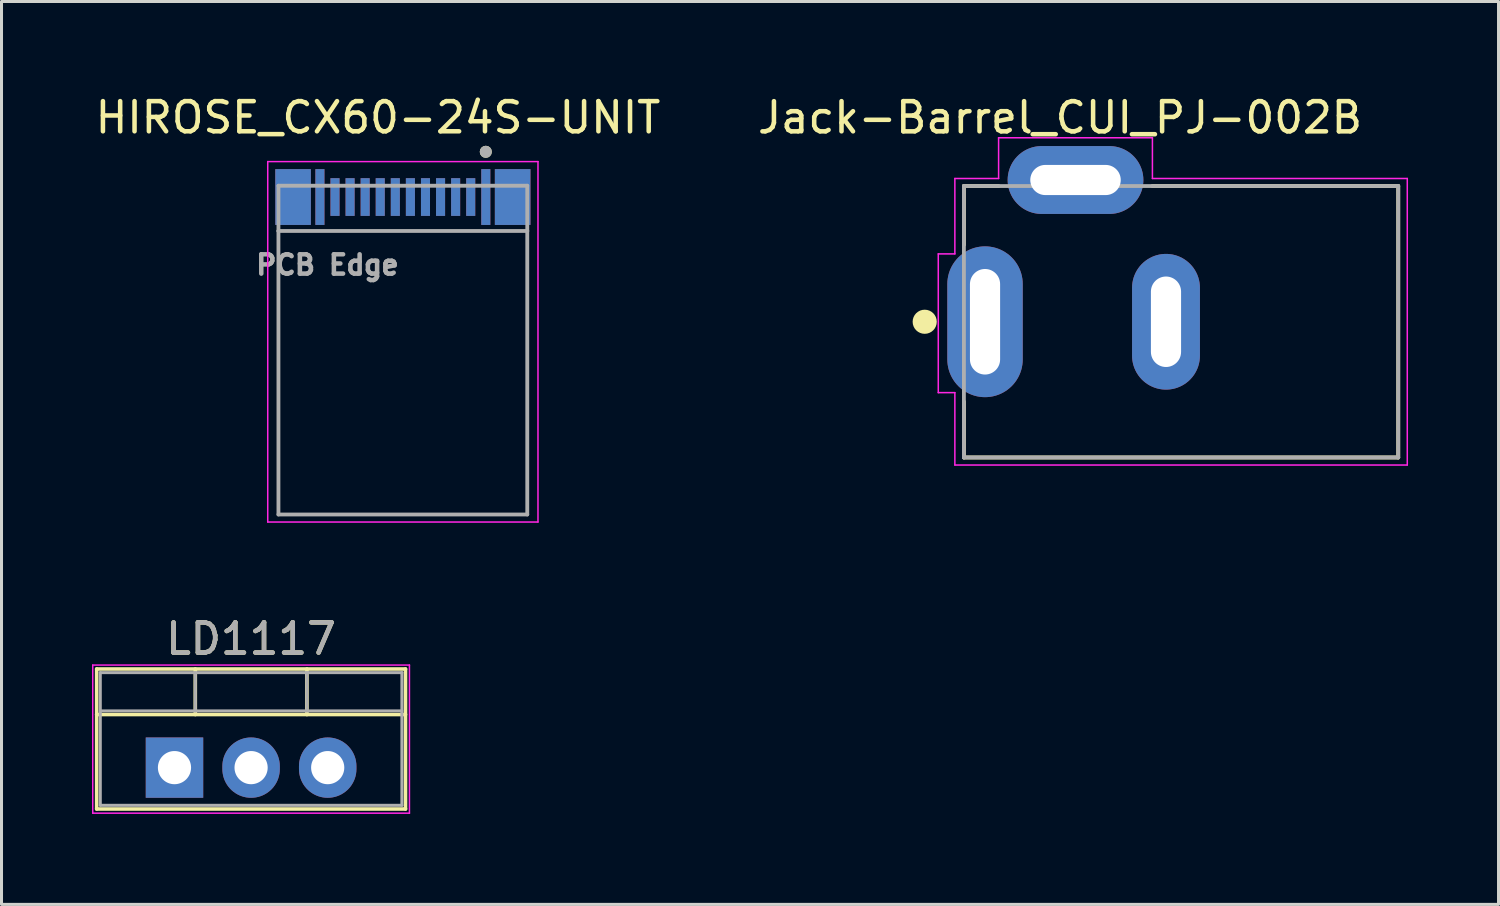
<source format=kicad_pcb>
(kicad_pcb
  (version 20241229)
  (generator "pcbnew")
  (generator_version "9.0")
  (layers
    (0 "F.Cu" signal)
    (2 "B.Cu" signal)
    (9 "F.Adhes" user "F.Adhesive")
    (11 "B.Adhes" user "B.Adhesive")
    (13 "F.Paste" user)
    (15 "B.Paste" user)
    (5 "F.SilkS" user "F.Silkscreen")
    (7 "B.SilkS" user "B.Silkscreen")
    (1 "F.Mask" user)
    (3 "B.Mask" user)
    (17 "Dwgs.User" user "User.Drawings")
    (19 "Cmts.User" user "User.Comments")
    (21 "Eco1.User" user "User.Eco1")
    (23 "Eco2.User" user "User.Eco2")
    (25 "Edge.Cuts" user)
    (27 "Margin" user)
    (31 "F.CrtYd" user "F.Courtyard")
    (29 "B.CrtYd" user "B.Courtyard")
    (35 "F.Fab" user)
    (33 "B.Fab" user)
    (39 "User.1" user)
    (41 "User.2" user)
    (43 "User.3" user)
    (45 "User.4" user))
  (footprint "LD1117"
    (layer "F.Cu")
    (at 2.735 22.401)
    (property "Reference" "LD1117" (at 2.54 -4.27 0) (layer "F.SilkS") (effects (font (size 1 1) (thickness 0.15))))
    (attr through_hole)
    (fp_line (start -2.58 -3.27) (end -2.58 1.371) (stroke (width 0.12) (type solid)) (layer "F.SilkS"))
    (fp_line (start -2.58 -3.27) (end 7.66 -3.27) (stroke (width 0.12) (type solid)) (layer "F.SilkS"))
    (fp_line (start -2.58 -1.76) (end 7.66 -1.76) (stroke (width 0.12) (type solid)) (layer "F.SilkS"))
    (fp_line (start -2.58 1.371) (end 7.66 1.371) (stroke (width 0.12) (type solid)) (layer "F.SilkS"))
    (fp_line (start 0.69 -3.27) (end 0.69 -1.76) (stroke (width 0.12) (type solid)) (layer "F.SilkS"))
    (fp_line (start 4.391 -3.27) (end 4.391 -1.76) (stroke (width 0.12) (type solid)) (layer "F.SilkS"))
    (fp_line (start 7.66 -3.27) (end 7.66 1.371) (stroke (width 0.12) (type solid)) (layer "F.SilkS"))
    (fp_line (start -2.71 -3.4) (end -2.71 1.51) (stroke (width 0.05) (type solid)) (layer "F.CrtYd"))
    (fp_line (start -2.71 1.51) (end 7.79 1.51) (stroke (width 0.05) (type solid)) (layer "F.CrtYd"))
    (fp_line (start 7.79 -3.4) (end -2.71 -3.4) (stroke (width 0.05) (type solid)) (layer "F.CrtYd"))
    (fp_line (start 7.79 1.51) (end 7.79 -3.4) (stroke (width 0.05) (type solid)) (layer "F.CrtYd"))
    (fp_line (start -2.46 -3.15) (end -2.46 1.25) (stroke (width 0.1) (type solid)) (layer "F.Fab"))
    (fp_line (start -2.46 -1.88) (end 7.54 -1.88) (stroke (width 0.1) (type solid)) (layer "F.Fab"))
    (fp_line (start -2.46 1.25) (end 7.54 1.25) (stroke (width 0.1) (type solid)) (layer "F.Fab"))
    (fp_line (start 0.69 -3.15) (end 0.69 -1.88) (stroke (width 0.1) (type solid)) (layer "F.Fab"))
    (fp_line (start 4.39 -3.15) (end 4.39 -1.88) (stroke (width 0.1) (type solid)) (layer "F.Fab"))
    (fp_line (start 7.54 -3.15) (end -2.46 -3.15) (stroke (width 0.1) (type solid)) (layer "F.Fab"))
    (fp_line (start 7.54 1.25) (end 7.54 -3.15) (stroke (width 0.1) (type solid)) (layer "F.Fab"))
    (fp_text user "${REFERENCE}" (at 2.54 -4.27 0) (layer "F.Fab") (effects (font (size 1 1) (thickness 0.15))))
    (pad "1" thru_hole rect (at 0 0) (size 1.905 2) (drill 1.1) (layers "*.Cu" "*.Mask"))
    (pad "2" thru_hole oval (at 2.54 0) (size 1.905 2) (drill 1.1) (layers "*.Cu" "*.Mask"))
    (pad "3" thru_hole oval (at 5.08 0) (size 1.905 2) (drill 1.1) (layers "*.Cu" "*.Mask")))
  (footprint "Jack-Barrel_CUI_PJ-002B"
    (layer "F.Cu")
    (at 29.609 7.618)
    (property "Reference" "Jack-Barrel_CUI_PJ-002B" (at 2.487 -6.769 0) (layer "F.SilkS") (effects (font (size 1.001 1.001) (thickness 0.15))))
    (attr through_hole)
    (fp_line (start -0.7 -4.5) (end 0.45 -4.5) (stroke (width 0.127) (type solid)) (layer "F.SilkS"))
    (fp_line (start -0.7 -2.55) (end -0.7 -4.5) (stroke (width 0.127) (type solid)) (layer "F.SilkS"))
    (fp_line (start -0.7 4.5) (end -0.7 2.65) (stroke (width 0.127) (type solid)) (layer "F.SilkS"))
    (fp_line (start 5.55 -4.5) (end 13.7 -4.5) (stroke (width 0.127) (type solid)) (layer "F.SilkS"))
    (fp_line (start 13.7 -4.5) (end 13.7 4.5) (stroke (width 0.127) (type solid)) (layer "F.SilkS"))
    (fp_line (start 13.7 4.5) (end -0.7 4.5) (stroke (width 0.127) (type solid)) (layer "F.SilkS"))
    (fp_circle (center -2 0) (end -1.8 0) (stroke (width 0.4) (type solid)) (fill no) (layer "F.SilkS"))
    (fp_line (start -1.55 -2.25) (end -1.55 2.35) (stroke (width 0.05) (type solid)) (layer "F.CrtYd"))
    (fp_line (start -1.55 2.35) (end -1 2.35) (stroke (width 0.05) (type solid)) (layer "F.CrtYd"))
    (fp_line (start -1 -4.75) (end 0.45 -4.75) (stroke (width 0.05) (type solid)) (layer "F.CrtYd"))
    (fp_line (start -1 -2.25) (end -1.55 -2.25) (stroke (width 0.05) (type solid)) (layer "F.CrtYd"))
    (fp_line (start -1 -2.25) (end -1 -4.75) (stroke (width 0.05) (type solid)) (layer "F.CrtYd"))
    (fp_line (start -1 4.75) (end -1 2.35) (stroke (width 0.05) (type solid)) (layer "F.CrtYd"))
    (fp_line (start 0.45 -6.1) (end 5.55 -6.1) (stroke (width 0.05) (type solid)) (layer "F.CrtYd"))
    (fp_line (start 0.45 -4.75) (end 0.45 -6.1) (stroke (width 0.05) (type solid)) (layer "F.CrtYd"))
    (fp_line (start 5.55 -6.1) (end 5.55 -4.75) (stroke (width 0.05) (type solid)) (layer "F.CrtYd"))
    (fp_line (start 5.55 -4.75) (end 14 -4.75) (stroke (width 0.05) (type solid)) (layer "F.CrtYd"))
    (fp_line (start 14 -4.75) (end 14 4.75) (stroke (width 0.05) (type solid)) (layer "F.CrtYd"))
    (fp_line (start 14 4.75) (end -1 4.75) (stroke (width 0.05) (type solid)) (layer "F.CrtYd"))
    (fp_line (start -0.7 -4.5) (end 13.7 -4.5) (stroke (width 0.127) (type solid)) (layer "F.Fab"))
    (fp_line (start -0.7 4.5) (end -0.7 -4.5) (stroke (width 0.127) (type solid)) (layer "F.Fab"))
    (fp_line (start 13.7 -4.5) (end 13.7 4.5) (stroke (width 0.127) (type solid)) (layer "F.Fab"))
    (fp_line (start 13.7 4.5) (end -0.7 4.5) (stroke (width 0.127) (type solid)) (layer "F.Fab"))
    (pad "1" thru_hole oval (at 0 0) (size 2.5 5) (drill oval 1 3.5) (layers "*.Cu" "*.Mask"))
    (pad "2" thru_hole oval (at 6 0) (size 2.25 4.5) (drill oval 1 3) (layers "*.Cu" "*.Mask"))
    (pad "3" thru_hole oval (at 3 -4.7) (size 4.5 2.25) (drill oval 3 1) (layers "*.Cu" "*.Mask")))
  (footprint "HIROSE_CX60-24S-UNIT"
    (layer "F.Cu")
    (at 10.307 3.483)
    (property "Reference" "HIROSE_CX60-24S-UNIT" (at -0.825 -2.635 0) (layer "F.SilkS") (effects (font (size 1 1) (thickness 0.15))))
    (attr smd)
    (fp_circle (center 2.75 -1.5) (end 2.85 -1.5) (stroke (width 0.2) (type solid)) (fill no) (layer "F.SilkS"))
    (fp_line (start -4.48 -1.175) (end 4.48 -1.175) (stroke (width 0.05) (type solid)) (layer "F.CrtYd"))
    (fp_line (start -4.48 10.775) (end -4.48 -1.175) (stroke (width 0.05) (type solid)) (layer "F.CrtYd"))
    (fp_line (start 4.48 -1.175) (end 4.48 10.775) (stroke (width 0.05) (type solid)) (layer "F.CrtYd"))
    (fp_line (start 4.48 10.775) (end -4.48 10.775) (stroke (width 0.05) (type solid)) (layer "F.CrtYd"))
    (fp_line (start -4.125 -0.375) (end 4.125 -0.375) (stroke (width 0.127) (type solid)) (layer "F.Fab"))
    (fp_line (start -4.125 1.125) (end -4.125 -0.375) (stroke (width 0.127) (type solid)) (layer "F.Fab"))
    (fp_line (start -4.125 1.125) (end 4.125 1.125) (stroke (width 0.127) (type solid)) (layer "F.Fab"))
    (fp_line (start -4.125 10.525) (end -4.125 1.125) (stroke (width 0.127) (type solid)) (layer "F.Fab"))
    (fp_line (start 4.125 -0.375) (end 4.125 1.125) (stroke (width 0.127) (type solid)) (layer "F.Fab"))
    (fp_line (start 4.125 1.125) (end 4.125 10.525) (stroke (width 0.127) (type solid)) (layer "F.Fab"))
    (fp_line (start 4.125 10.525) (end -4.125 10.525) (stroke (width 0.127) (type solid)) (layer "F.Fab"))
    (fp_circle (center 2.75 -1.5) (end 2.85 -1.5) (stroke (width 0.2) (type solid)) (fill no) (layer "F.Fab"))
    (fp_text user "PCB Edge" (at -2.5 2.25 0) (layer "F.Fab") (effects (font (size 0.64 0.64) (thickness 0.15))))
    (pad "A1" smd rect (at 2.75 0) (size 0.3 1.85) (layers "F.Cu" "F.Mask" "F.Paste"))
    (pad "A2" smd rect (at 2.25 0) (size 0.3 1.25) (layers "F.Cu" "F.Mask" "F.Paste"))
    (pad "A3" smd rect (at 1.75 0) (size 0.3 1.25) (layers "F.Cu" "F.Mask" "F.Paste"))
    (pad "A4" smd rect (at 1.25 0) (size 0.3 1.25) (layers "F.Cu" "F.Mask" "F.Paste"))
    (pad "A5" smd rect (at 0.75 0) (size 0.3 1.25) (layers "F.Cu" "F.Mask" "F.Paste"))
    (pad "A6" smd rect (at 0.25 0) (size 0.3 1.25) (layers "F.Cu" "F.Mask" "F.Paste"))
    (pad "A7" smd rect (at -0.25 0) (size 0.3 1.25) (layers "F.Cu" "F.Mask" "F.Paste"))
    (pad "A8" smd rect (at -0.75 0) (size 0.3 1.25) (layers "F.Cu" "F.Mask" "F.Paste"))
    (pad "A9" smd rect (at -1.25 0) (size 0.3 1.25) (layers "F.Cu" "F.Mask" "F.Paste"))
    (pad "A10" smd rect (at -1.75 0) (size 0.3 1.25) (layers "F.Cu" "F.Mask" "F.Paste"))
    (pad "A11" smd rect (at -2.25 0) (size 0.3 1.25) (layers "F.Cu" "F.Mask" "F.Paste"))
    (pad "A12" smd rect (at -2.75 0) (size 0.3 1.85) (layers "F.Cu" "F.Mask" "F.Paste"))
    (pad "B1" smd rect (at -2.75 0) (size 0.3 1.85) (layers "B.Cu" "B.Mask" "B.Paste"))
    (pad "B2" smd rect (at -2.25 0) (size 0.3 1.25) (layers "B.Cu" "B.Mask" "B.Paste"))
    (pad "B3" smd rect (at -1.75 0) (size 0.3 1.25) (layers "B.Cu" "B.Mask" "B.Paste"))
    (pad "B4" smd rect (at -1.25 0) (size 0.3 1.25) (layers "B.Cu" "B.Mask" "B.Paste"))
    (pad "B5" smd rect (at -0.75 0) (size 0.3 1.25) (layers "B.Cu" "B.Mask" "B.Paste"))
    (pad "B6" smd rect (at -0.25 0) (size 0.3 1.25) (layers "B.Cu" "B.Mask" "B.Paste"))
    (pad "B7" smd rect (at 0.25 0) (size 0.3 1.25) (layers "B.Cu" "B.Mask" "B.Paste"))
    (pad "B8" smd rect (at 0.75 0) (size 0.3 1.25) (layers "B.Cu" "B.Mask" "B.Paste"))
    (pad "B9" smd rect (at 1.25 0) (size 0.3 1.25) (layers "B.Cu" "B.Mask" "B.Paste"))
    (pad "B10" smd rect (at 1.75 0) (size 0.3 1.25) (layers "B.Cu" "B.Mask" "B.Paste"))
    (pad "B11" smd rect (at 2.25 0) (size 0.3 1.25) (layers "B.Cu" "B.Mask" "B.Paste"))
    (pad "B12" smd rect (at 2.75 0) (size 0.3 1.85) (layers "B.Cu" "B.Mask" "B.Paste"))
    (pad "S1" smd rect (at 3.64 0) (size 1.18 1.85) (layers "F.Cu" "F.Mask" "F.Paste"))
    (pad "S2" smd rect (at -3.64 0) (size 1.18 1.85) (layers "F.Cu" "F.Mask" "F.Paste"))
    (pad "S3" smd rect (at 3.64 0) (size 1.18 1.85) (layers "B.Cu" "B.Mask" "B.Paste"))
    (pad "S4" smd rect (at -3.64 0) (size 1.18 1.85) (layers "B.Cu" "B.Mask" "B.Paste")))
  (gr_rect
    (start -3 -3)
    (end 46.634 26.936)
    (stroke (width 0.1) (type default))
    (fill no)
    (layer "Edge.Cuts")))
</source>
